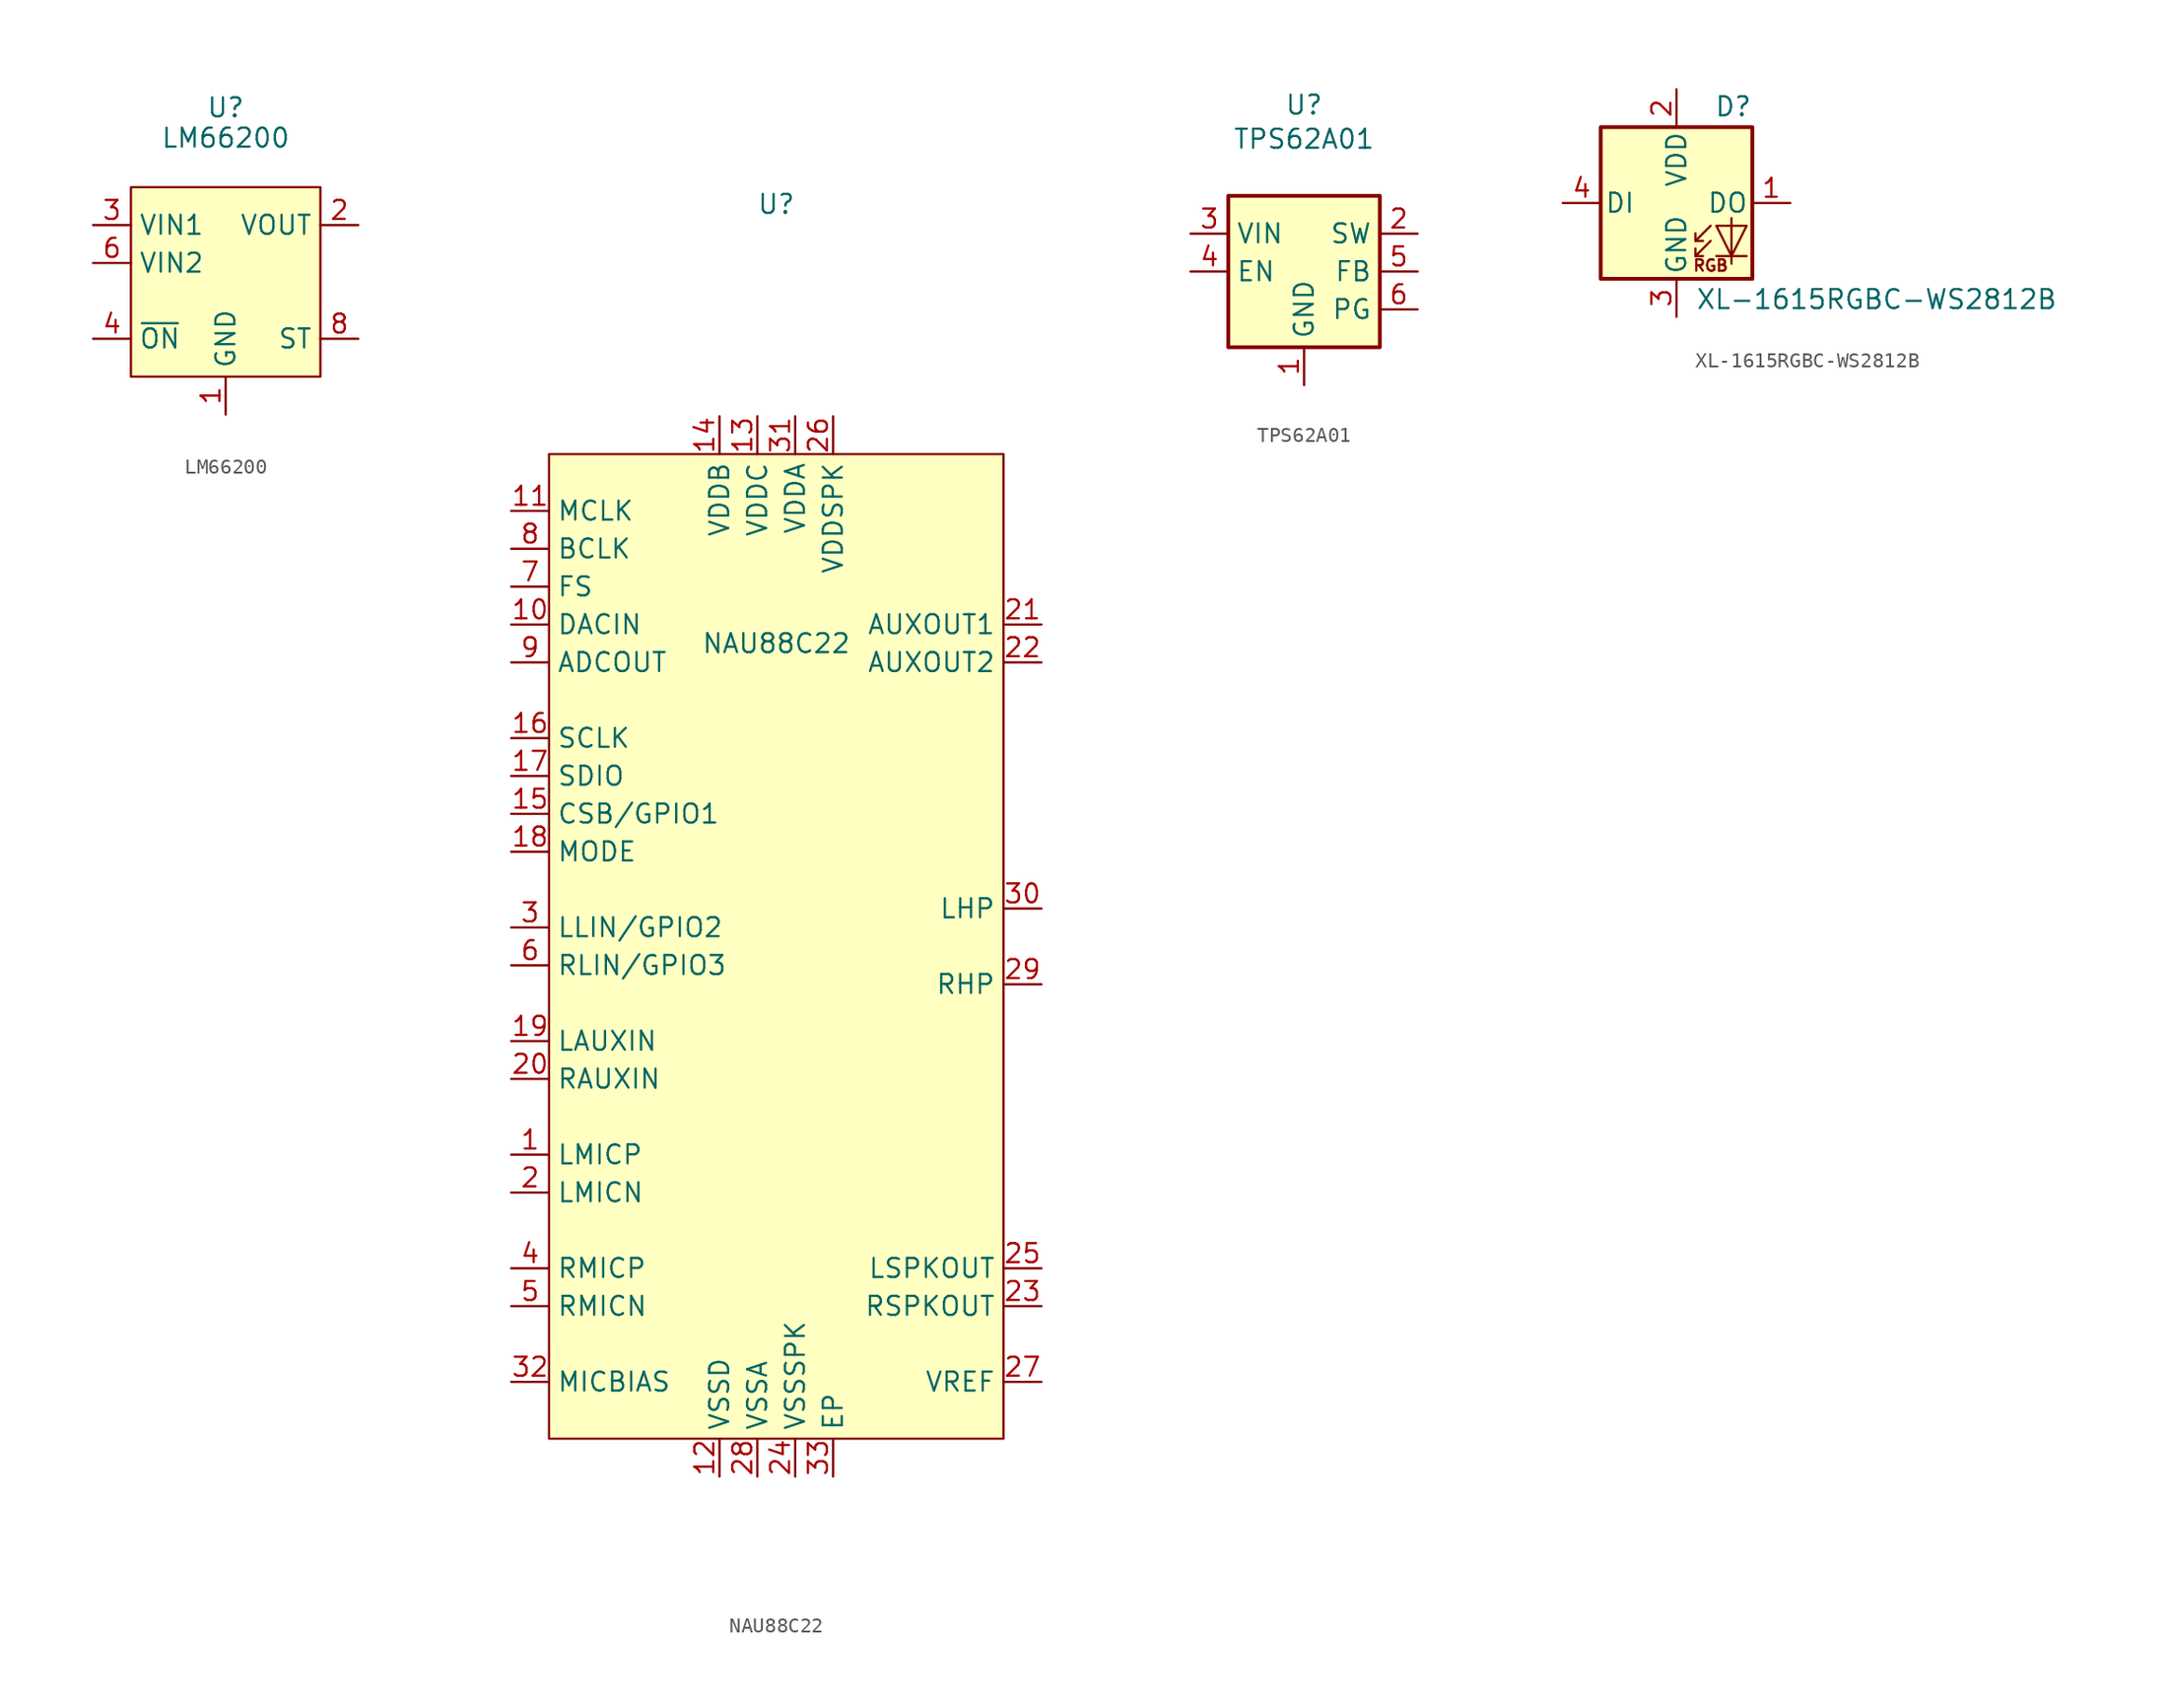
<source format=kicad_sym>
(kicad_symbol_lib
  (version 20231120)
  (generator "kicad_symbol_editor")
  (generator_version "8.0")
  (symbol "LM66200"
    (property "Reference" "U"
      (at 0 11.684 0)
      (effects (font (size 1.27 1.27))))
    (property "Value" "LM66200"
      (at 0 9.652 0)
      (effects (font (size 1.27 1.27))))
    (symbol "LM66200_1_1"
      (rectangle (start -6.35 6.35) (end 6.35 -6.35) (stroke (width 0) (type default)) (fill (type background)))
      (pin power_in line (at 0 -8.89 90) (length 2.54) (name "GND" (effects (font (size 1.27 1.27)))) (number "1" (effects (font (size 1.27 1.27)))))
      (pin power_out line (at 8.89 3.81 180) (length 2.54) (name "VOUT" (effects (font (size 1.27 1.27)))) (number "2" (effects (font (size 1.27 1.27)))))
      (pin power_in line (at -8.89 3.81 0) (length 2.54) (name "VIN1" (effects (font (size 1.27 1.27)))) (number "3" (effects (font (size 1.27 1.27)))))
      (pin input line (at -8.89 -3.81 0) (length 2.54) (name "~{ON}" (effects (font (size 1.27 1.27)))) (number "4" (effects (font (size 1.27 1.27)))))
      (pin passive line (at 0 -8.89 90) (length 2.54) hide (name "GND" (effects (font (size 1.27 1.27)))) (number "5" (effects (font (size 1.27 1.27)))))
      (pin power_in line (at -8.89 1.27 0) (length 2.54) (name "VIN2" (effects (font (size 1.27 1.27)))) (number "6" (effects (font (size 1.27 1.27)))))
      (pin passive line (at 8.89 3.81 180) (length 2.54) hide (name "VOUT" (effects (font (size 1.27 1.27)))) (number "7" (effects (font (size 1.27 1.27)))))
      (pin output line (at 8.89 -3.81 180) (length 2.54) (name "ST" (effects (font (size 1.27 1.27)))) (number "8" (effects (font (size 1.27 1.27)))))))
  (symbol "NAU88C22"
    (property "Reference" "U"
      (at 0 49.784 0)
      (effects (font (size 1.27 1.27))))
    (property "Value" "NAU88C22"
      (at 0 20.32 0)
      (effects (font (size 1.27 1.27))))
    (symbol "NAU88C22_1_0"
      (pin input line (at -17.78 21.59 0) (length 2.54) (name "DACIN" (effects (font (size 1.27 1.27)))) (number "10" (effects (font (size 1.27 1.27)))))
      (pin input line (at -17.78 29.21 0) (length 2.54) (name "MCLK" (effects (font (size 1.27 1.27)))) (number "11" (effects (font (size 1.27 1.27)))))
      (pin power_in line (at -3.81 -35.56 90) (length 2.54) (name "VSSD" (effects (font (size 1.27 1.27)))) (number "12" (effects (font (size 1.27 1.27)))))
      (pin power_in line (at -1.27 35.56 270) (length 2.54) (name "VDDC" (effects (font (size 1.27 1.27)))) (number "13" (effects (font (size 1.27 1.27)))))
      (pin power_in line (at -3.81 35.56 270) (length 2.54) (name "VDDB" (effects (font (size 1.27 1.27)))) (number "14" (effects (font (size 1.27 1.27)))))
      (pin bidirectional line (at -17.78 8.89 0) (length 2.54) (name "CSB/GPIO1" (effects (font (size 1.27 1.27)))) (number "15" (effects (font (size 1.27 1.27)))))
      (pin input line (at -17.78 13.97 0) (length 2.54) (name "SCLK" (effects (font (size 1.27 1.27)))) (number "16" (effects (font (size 1.27 1.27)))))
      (pin bidirectional line (at -17.78 11.43 0) (length 2.54) (name "SDIO" (effects (font (size 1.27 1.27)))) (number "17" (effects (font (size 1.27 1.27)))))
      (pin input line (at -17.78 6.35 0) (length 2.54) (name "MODE" (effects (font (size 1.27 1.27)))) (number "18" (effects (font (size 1.27 1.27)))))
      (pin input line (at -17.78 -6.35 0) (length 2.54) (name "LAUXIN" (effects (font (size 1.27 1.27)))) (number "19" (effects (font (size 1.27 1.27)))))
      (pin input line (at -17.78 -8.89 0) (length 2.54) (name "RAUXIN" (effects (font (size 1.27 1.27)))) (number "20" (effects (font (size 1.27 1.27)))))
      (pin output line (at 17.78 21.59 180) (length 2.54) (name "AUXOUT1" (effects (font (size 1.27 1.27)))) (number "21" (effects (font (size 1.27 1.27)))))
      (pin output line (at 17.78 19.05 180) (length 2.54) (name "AUXOUT2" (effects (font (size 1.27 1.27)))) (number "22" (effects (font (size 1.27 1.27)))))
      (pin output line (at 17.78 -24.13 180) (length 2.54) (name "RSPKOUT" (effects (font (size 1.27 1.27)))) (number "23" (effects (font (size 1.27 1.27)))))
      (pin power_in line (at 1.27 -35.56 90) (length 2.54) (name "VSSSPK" (effects (font (size 1.27 1.27)))) (number "24" (effects (font (size 1.27 1.27)))))
      (pin output line (at 17.78 -21.59 180) (length 2.54) (name "LSPKOUT" (effects (font (size 1.27 1.27)))) (number "25" (effects (font (size 1.27 1.27)))))
      (pin power_in line (at 3.81 35.56 270) (length 2.54) (name "VDDSPK" (effects (font (size 1.27 1.27)))) (number "26" (effects (font (size 1.27 1.27)))))
      (pin input line (at 17.78 -29.21 180) (length 2.54) (name "VREF" (effects (font (size 1.27 1.27)))) (number "27" (effects (font (size 1.27 1.27)))))
      (pin power_in line (at -1.27 -35.56 90) (length 2.54) (name "VSSA" (effects (font (size 1.27 1.27)))) (number "28" (effects (font (size 1.27 1.27)))))
      (pin output line (at 17.78 -2.54 180) (length 2.54) (name "RHP" (effects (font (size 1.27 1.27)))) (number "29" (effects (font (size 1.27 1.27)))))
      (pin output line (at 17.78 2.54 180) (length 2.54) (name "LHP" (effects (font (size 1.27 1.27)))) (number "30" (effects (font (size 1.27 1.27)))))
      (pin power_in line (at 1.27 35.56 270) (length 2.54) (name "VDDA" (effects (font (size 1.27 1.27)))) (number "31" (effects (font (size 1.27 1.27)))))
      (pin output line (at -17.78 -29.21 0) (length 2.54) (name "MICBIAS" (effects (font (size 1.27 1.27)))) (number "32" (effects (font (size 1.27 1.27)))))
      (pin passive line (at 3.81 -35.56 90) (length 2.54) (name "EP" (effects (font (size 1.27 1.27)))) (number "33" (effects (font (size 1.27 1.27)))))
      (pin input line (at -17.78 -21.59 0) (length 2.54) (name "RMICP" (effects (font (size 1.27 1.27)))) (number "4" (effects (font (size 1.27 1.27)))))
      (pin input line (at -17.78 -24.13 0) (length 2.54) (name "RMICN" (effects (font (size 1.27 1.27)))) (number "5" (effects (font (size 1.27 1.27)))))
      (pin input line (at -17.78 -1.27 0) (length 2.54) (name "RLIN/GPIO3" (effects (font (size 1.27 1.27)))) (number "6" (effects (font (size 1.27 1.27)))))
      (pin bidirectional line (at -17.78 24.13 0) (length 2.54) (name "FS" (effects (font (size 1.27 1.27)))) (number "7" (effects (font (size 1.27 1.27)))))
      (pin bidirectional line (at -17.78 26.67 0) (length 2.54) (name "BCLK" (effects (font (size 1.27 1.27)))) (number "8" (effects (font (size 1.27 1.27)))))
      (pin output line (at -17.78 19.05 0) (length 2.54) (name "ADCOUT" (effects (font (size 1.27 1.27)))) (number "9" (effects (font (size 1.27 1.27))))))
    (symbol "NAU88C22_1_1"
      (rectangle (start -15.24 33.02) (end 15.24 -33.02) (stroke (width 0) (type default)) (fill (type background)))
      (pin input line (at -17.78 -13.97 0) (length 2.54) (name "LMICP" (effects (font (size 1.27 1.27)))) (number "1" (effects (font (size 1.27 1.27)))))
      (pin input line (at -17.78 -16.51 0) (length 2.54) (name "LMICN" (effects (font (size 1.27 1.27)))) (number "2" (effects (font (size 1.27 1.27)))))
      (pin input line (at -17.78 1.27 0) (length 2.54) (name "LLIN/GPIO2" (effects (font (size 1.27 1.27)))) (number "3" (effects (font (size 1.27 1.27)))))))
  (symbol "TPS62A01"
    (property "Reference" "U"
      (at 0 11.176 0)
      (effects (font (size 1.27 1.27))))
    (property "Value" "TPS62A01"
      (at 0 8.89 0)
      (effects (font (size 1.27 1.27))))
    (symbol "TPS62A01_0_1"
      (rectangle (start -5.08 5.08) (end 5.08 -5.08) (stroke (width 0.254) (type default)) (fill (type background))))
    (symbol "TPS62A01_1_1"
      (pin power_in line (at 0 -7.62 90) (length 2.54) (name "GND" (effects (font (size 1.27 1.27)))) (number "1" (effects (font (size 1.27 1.27)))))
      (pin power_out line (at 7.62 2.54 180) (length 2.54) (name "SW" (effects (font (size 1.27 1.27)))) (number "2" (effects (font (size 1.27 1.27)))))
      (pin power_in line (at -7.62 2.54 0) (length 2.54) (name "VIN" (effects (font (size 1.27 1.27)))) (number "3" (effects (font (size 1.27 1.27)))))
      (pin input line (at -7.62 0 0) (length 2.54) (name "EN" (effects (font (size 1.27 1.27)))) (number "4" (effects (font (size 1.27 1.27)))))
      (pin input line (at 7.62 0 180) (length 2.54) (name "FB" (effects (font (size 1.27 1.27)))) (number "5" (effects (font (size 1.27 1.27)))))
      (pin output line (at 7.62 -2.54 180) (length 2.54) (name "PG" (effects (font (size 1.27 1.27)))) (number "6" (effects (font (size 1.27 1.27)))))))
  (symbol "XL-1615RGBC-WS2812B"
    (pin_names
      (offset 0.254))
    (property "Reference" "D"
      (at 5.08 5.715 0)
      (effects (font (size 1.27 1.27)) (justify right bottom)))
    (property "Value" "XL-1615RGBC-WS2812B"
      (at 1.27 -5.715 0)
      (effects (font (size 1.27 1.27)) (justify left top)))
    (symbol "XL-1615RGBC-WS2812B_0_0"
      (text "RGB" (at 2.286 -4.191 0) (effects (font (size 0.762 0.762)))))
    (symbol "XL-1615RGBC-WS2812B_0_1"
      (polyline (pts (xy 1.27 -3.556) (xy 1.778 -3.556)) (stroke (width 0) (type default)) (fill (type none)))
      (polyline (pts (xy 1.27 -2.54) (xy 1.778 -2.54)) (stroke (width 0) (type default)) (fill (type none)))
      (polyline (pts (xy 4.699 -3.556) (xy 2.667 -3.556)) (stroke (width 0) (type default)) (fill (type none)))
      (polyline (pts (xy 2.286 -2.54) (xy 1.27 -3.556) (xy 1.27 -3.048)) (stroke (width 0) (type default)) (fill (type none)))
      (polyline (pts (xy 2.286 -1.524) (xy 1.27 -2.54) (xy 1.27 -2.032)) (stroke (width 0) (type default)) (fill (type none)))
      (polyline (pts (xy 3.683 -1.016) (xy 3.683 -3.556) (xy 3.683 -4.064)) (stroke (width 0) (type default)) (fill (type none)))
      (polyline (pts (xy 4.699 -1.524) (xy 2.667 -1.524) (xy 3.683 -3.556) (xy 4.699 -1.524)) (stroke (width 0) (type default)) (fill (type none)))
      (rectangle (start 5.08 5.08) (end -5.08 -5.08) (stroke (width 0.254) (type default)) (fill (type background))))
    (symbol "XL-1615RGBC-WS2812B_1_1"
      (pin output line (at 7.62 0 180) (length 2.54) (name "DO" (effects (font (size 1.27 1.27)))) (number "1" (effects (font (size 1.27 1.27)))))
      (pin power_in line (at 0 7.62 270) (length 2.54) (name "VDD" (effects (font (size 1.27 1.27)))) (number "2" (effects (font (size 1.27 1.27)))))
      (pin power_in line (at 0 -7.62 90) (length 2.54) (name "GND" (effects (font (size 1.27 1.27)))) (number "3" (effects (font (size 1.27 1.27)))))
      (pin input line (at -7.62 0 0) (length 2.54) (name "DI" (effects (font (size 1.27 1.27)))) (number "4" (effects (font (size 1.27 1.27))))))))
</source>
